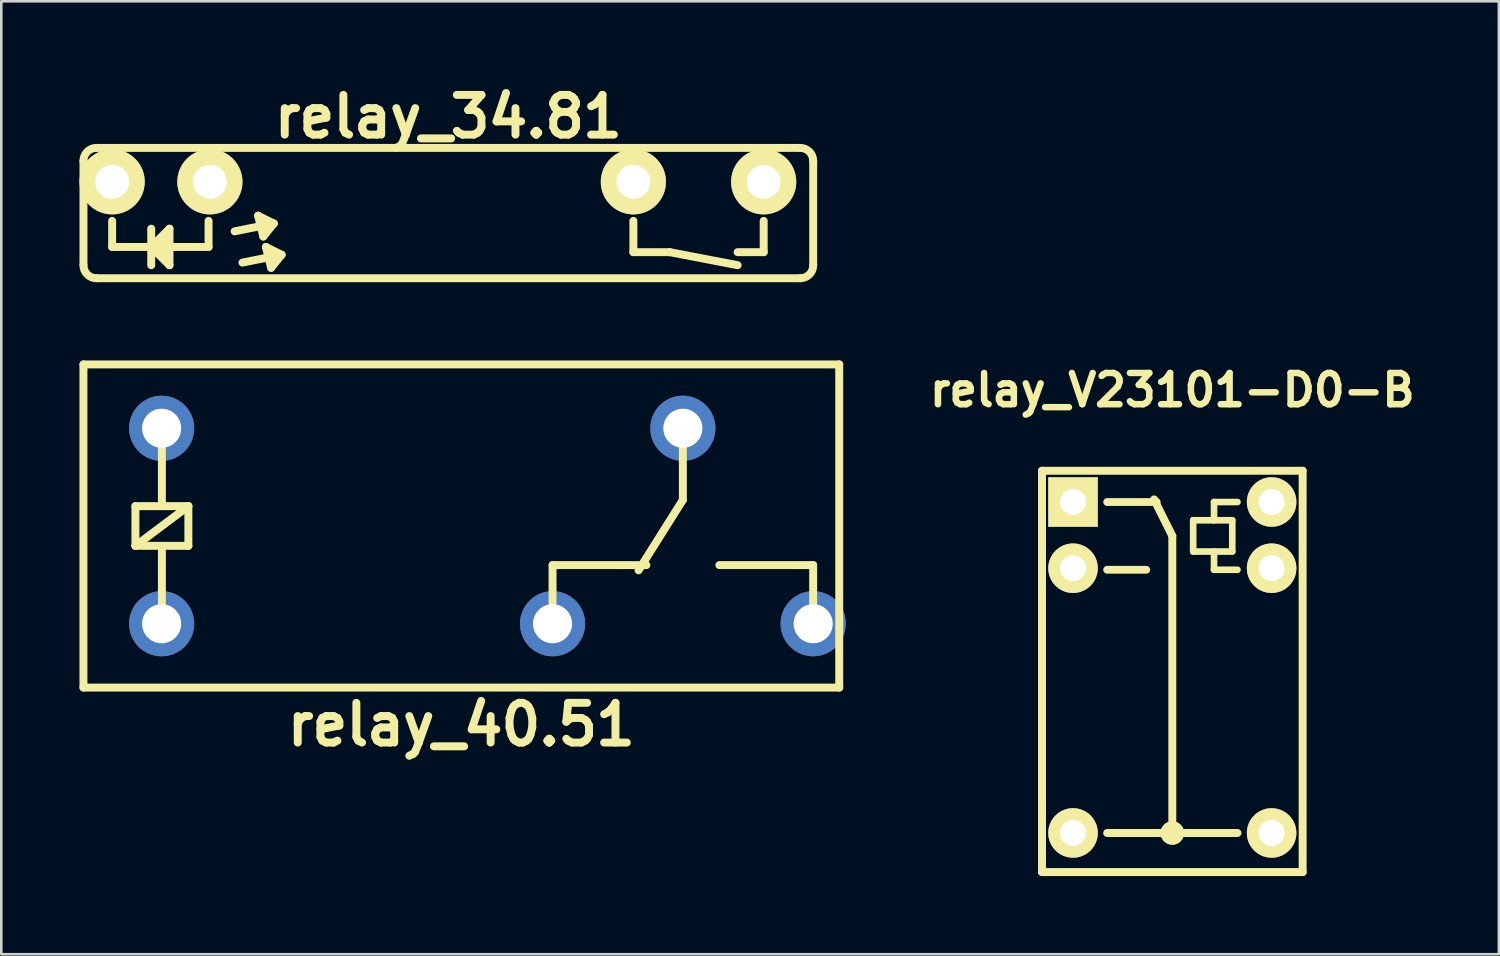
<source format=kicad_pcb>
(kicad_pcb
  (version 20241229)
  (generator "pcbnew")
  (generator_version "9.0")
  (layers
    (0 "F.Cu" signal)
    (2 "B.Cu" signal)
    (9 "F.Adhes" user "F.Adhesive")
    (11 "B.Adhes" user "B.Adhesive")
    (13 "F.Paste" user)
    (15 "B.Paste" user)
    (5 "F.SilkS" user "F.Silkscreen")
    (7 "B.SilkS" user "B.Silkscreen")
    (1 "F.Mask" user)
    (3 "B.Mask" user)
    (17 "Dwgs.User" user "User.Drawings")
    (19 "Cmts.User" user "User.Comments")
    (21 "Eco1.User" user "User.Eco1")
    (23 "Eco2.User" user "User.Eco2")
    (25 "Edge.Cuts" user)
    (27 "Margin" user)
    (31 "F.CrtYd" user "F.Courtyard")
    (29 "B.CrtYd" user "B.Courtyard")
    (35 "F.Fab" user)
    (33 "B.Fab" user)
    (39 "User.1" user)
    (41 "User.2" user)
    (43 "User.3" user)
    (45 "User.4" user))
  (footprint "relay_V23101-D0-B"
    (layer "F.Cu")
    (at 41.933 22.713)
    (property "Reference" "relay_V23101-D0-B" (at 0 -10.795 0) (layer "F.SilkS") (effects (font (size 1.199 1.199) (thickness 0.249))))
    (attr through_hole)
    (fp_line (start -5.001 -7.699) (end 5.001 -7.699) (stroke (width 0.305) (type solid)) (layer "F.SilkS"))
    (fp_line (start -5.001 7.699) (end -5.001 -7.699) (stroke (width 0.305) (type solid)) (layer "F.SilkS"))
    (fp_line (start -2.5 -3.9) (end -1 -3.9) (stroke (width 0.3) (type solid)) (layer "F.SilkS"))
    (fp_line (start -2.5 6.2) (end 2.5 6.2) (stroke (width 0.305) (type solid)) (layer "F.SilkS"))
    (fp_line (start -0.6 -6.5) (end -2.5 -6.5) (stroke (width 0.3) (type solid)) (layer "F.SilkS"))
    (fp_line (start 0 -5.2) (end -0.7 -6.6) (stroke (width 0.305) (type solid)) (layer "F.SilkS"))
    (fp_line (start 0 -5.2) (end 0 6.2) (stroke (width 0.305) (type solid)) (layer "F.SilkS"))
    (fp_line (start 0.8 -5.8) (end 0.8 -4.6) (stroke (width 0.254) (type solid)) (layer "F.SilkS"))
    (fp_line (start 0.8 -4.6) (end 2.3 -4.6) (stroke (width 0.254) (type solid)) (layer "F.SilkS"))
    (fp_line (start 1.6 -6.5) (end 1.6 -5.8) (stroke (width 0.254) (type solid)) (layer "F.SilkS"))
    (fp_line (start 1.6 -6.5) (end 2.5 -6.5) (stroke (width 0.254) (type solid)) (layer "F.SilkS"))
    (fp_line (start 1.6 -4.6) (end 1.6 -3.9) (stroke (width 0.254) (type solid)) (layer "F.SilkS"))
    (fp_line (start 1.6 -3.9) (end 2.5 -3.9) (stroke (width 0.254) (type solid)) (layer "F.SilkS"))
    (fp_line (start 2.3 -5.8) (end 0.8 -5.8) (stroke (width 0.254) (type solid)) (layer "F.SilkS"))
    (fp_line (start 2.3 -4.6) (end 2.3 -5.8) (stroke (width 0.254) (type solid)) (layer "F.SilkS"))
    (fp_line (start 5.001 -7.699) (end 5.001 7.699) (stroke (width 0.305) (type solid)) (layer "F.SilkS"))
    (fp_line (start 5.001 7.699) (end -5.001 7.699) (stroke (width 0.305) (type solid)) (layer "F.SilkS"))
    (fp_circle (center 0 6.2) (end 0.3 6.2) (stroke (width 0.305) (type solid)) (fill no) (layer "F.SilkS"))
    (fp_circle (center 0 6.2) (end -0.099 6.299) (stroke (width 0.305) (type solid)) (fill no) (layer "F.SilkS"))
    (pad "1" thru_hole rect (at -3.81 -6.5) (size 1.9 1.9) (drill 1) (layers "*.Cu" "*.Mask" "F.SilkS"))
    (pad "2" thru_hole circle (at -3.81 -3.96) (size 1.9 1.9) (drill 1) (layers "*.Cu" "*.Mask" "F.SilkS"))
    (pad "6" thru_hole circle (at -3.81 6.198) (size 1.9 1.9) (drill 1) (layers "*.Cu" "*.Mask" "F.SilkS"))
    (pad "7" thru_hole circle (at 3.81 6.198) (size 1.9 1.9) (drill 1) (layers "*.Cu" "*.Mask" "F.SilkS"))
    (pad "11" thru_hole circle (at 3.81 -3.96) (size 1.9 1.9) (drill 1) (layers "*.Cu" "*.Mask" "F.SilkS"))
    (pad "12" thru_hole circle (at 3.81 -6.5) (size 1.9 1.9) (drill 1) (layers "*.Cu" "*.Mask" "F.SilkS")))
  (footprint "relay_40.51"
    (layer "F.Cu")
    (at 14.652 17.133)
    (property "Reference" "relay_40.51" (at 0 7.62 0) (layer "F.SilkS") (effects (font (size 1.524 1.524) (thickness 0.305))))
    (attr through_hole)
    (fp_line (start -14.5 -6.2) (end -14.5 6.2) (stroke (width 0.305) (type solid)) (layer "F.SilkS"))
    (fp_line (start -14.5 -6.2) (end 14.5 -6.2) (stroke (width 0.305) (type solid)) (layer "F.SilkS"))
    (fp_line (start -14.5 6.2) (end 14.5 6.2) (stroke (width 0.305) (type solid)) (layer "F.SilkS"))
    (fp_line (start -12.506 -0.762) (end -10.474 -0.762) (stroke (width 0.305) (type solid)) (layer "F.SilkS"))
    (fp_line (start -12.506 0.762) (end -12.506 -0.762) (stroke (width 0.305) (type solid)) (layer "F.SilkS"))
    (fp_line (start -12.506 0.762) (end -10.474 -0.762) (stroke (width 0.305) (type solid)) (layer "F.SilkS"))
    (fp_line (start -11.49 -3.81) (end -11.49 -0.762) (stroke (width 0.305) (type solid)) (layer "F.SilkS"))
    (fp_line (start -11.49 3.81) (end -11.49 0.762) (stroke (width 0.305) (type solid)) (layer "F.SilkS"))
    (fp_line (start -10.474 -0.762) (end -10.474 0.762) (stroke (width 0.305) (type solid)) (layer "F.SilkS"))
    (fp_line (start -10.474 0.762) (end -12.506 0.762) (stroke (width 0.305) (type solid)) (layer "F.SilkS"))
    (fp_line (start 3.5 1.5) (end 7.1 1.5) (stroke (width 0.305) (type solid)) (layer "F.SilkS"))
    (fp_line (start 3.5 3.7) (end 3.5 1.5) (stroke (width 0.305) (type solid)) (layer "F.SilkS"))
    (fp_line (start 8.5 -1) (end 6.8 1.7) (stroke (width 0.305) (type solid)) (layer "F.SilkS"))
    (fp_line (start 8.5 -1) (end 8.5 -3.8) (stroke (width 0.305) (type solid)) (layer "F.SilkS"))
    (fp_line (start 13.5 1.5) (end 9.9 1.5) (stroke (width 0.305) (type solid)) (layer "F.SilkS"))
    (fp_line (start 13.5 3.7) (end 13.5 1.5) (stroke (width 0.305) (type solid)) (layer "F.SilkS"))
    (fp_line (start 14.5 -6.2) (end 14.5 6.2) (stroke (width 0.305) (type solid)) (layer "F.SilkS"))
    (pad "1" thru_hole circle (at -11.5 3.75) (size 2.5 2.5) (drill 1.5) (layers "*.Cu" "*.Mask"))
    (pad "2" thru_hole circle (at -11.5 -3.75) (size 2.5 2.5) (drill 1.5) (layers "*.Cu" "*.Mask"))
    (pad "11" thru_hole circle (at 8.5 -3.75) (size 2.5 2.5) (drill 1.5) (layers "*.Cu" "*.Mask"))
    (pad "12" thru_hole circle (at 3.5 3.75) (size 2.5 2.5) (drill 1.5) (layers "*.Cu" "*.Mask"))
    (pad "14" thru_hole circle (at 13.5 3.75) (size 2.5 2.5) (drill 1.5) (layers "*.Cu" "*.Mask")))
  (footprint "relay_34.81"
    (layer "F.Cu")
    (at 14.153 5.126)
    (property "Reference" "relay_34.81" (at 0 -3.7 0) (layer "F.SilkS") (effects (font (size 1.524 1.524) (thickness 0.305))))
    (attr through_hole)
    (fp_line (start -14 -2) (end -14 2) (stroke (width 0.305) (type solid)) (layer "F.SilkS"))
    (fp_line (start -13.5 -2.5) (end 13.5 -2.5) (stroke (width 0.305) (type solid)) (layer "F.SilkS"))
    (fp_line (start -13.5 2.5) (end 13.5 2.5) (stroke (width 0.305) (type solid)) (layer "F.SilkS"))
    (fp_line (start -12.9 1.3) (end -12.9 0.3) (stroke (width 0.305) (type solid)) (layer "F.SilkS"))
    (fp_line (start -11.4 0.6) (end -11.4 2) (stroke (width 0.305) (type solid)) (layer "F.SilkS"))
    (fp_line (start -11.4 1.3) (end -10.7 2) (stroke (width 0.305) (type solid)) (layer "F.SilkS"))
    (fp_line (start -11.1 1.3) (end -10.8 1.6) (stroke (width 0.305) (type solid)) (layer "F.SilkS"))
    (fp_line (start -10.8 0.9) (end -11.1 1.3) (stroke (width 0.305) (type solid)) (layer "F.SilkS"))
    (fp_line (start -10.7 0.6) (end -11.4 1.3) (stroke (width 0.305) (type solid)) (layer "F.SilkS"))
    (fp_line (start -10.7 2) (end -10.7 0.6) (stroke (width 0.305) (type solid)) (layer "F.SilkS"))
    (fp_line (start -9.2 0.3) (end -9.2 1.3) (stroke (width 0.305) (type solid)) (layer "F.SilkS"))
    (fp_line (start -9.2 1.3) (end -12.9 1.3) (stroke (width 0.305) (type solid)) (layer "F.SilkS"))
    (fp_line (start -8.2 0.7) (end -6.7 0.4) (stroke (width 0.305) (type solid)) (layer "F.SilkS"))
    (fp_line (start -7.9 1.9) (end -6.4 1.6) (stroke (width 0.305) (type solid)) (layer "F.SilkS"))
    (fp_line (start -7.3 0.1) (end -7.1 0.9) (stroke (width 0.305) (type solid)) (layer "F.SilkS"))
    (fp_line (start -7.1 0.9) (end -6.7 0.4) (stroke (width 0.305) (type solid)) (layer "F.SilkS"))
    (fp_line (start -7 1.3) (end -6.8 2.1) (stroke (width 0.305) (type solid)) (layer "F.SilkS"))
    (fp_line (start -6.8 2.1) (end -6.4 1.6) (stroke (width 0.305) (type solid)) (layer "F.SilkS"))
    (fp_line (start -6.7 0.4) (end -7.3 0.1) (stroke (width 0.305) (type solid)) (layer "F.SilkS"))
    (fp_line (start -6.4 1.6) (end -7 1.3) (stroke (width 0.305) (type solid)) (layer "F.SilkS"))
    (fp_line (start 7.1 0.3) (end 7.1 1.5) (stroke (width 0.305) (type solid)) (layer "F.SilkS"))
    (fp_line (start 7.1 1.5) (end 8.5 1.5) (stroke (width 0.305) (type solid)) (layer "F.SilkS"))
    (fp_line (start 8.5 1.5) (end 11.1 2) (stroke (width 0.305) (type solid)) (layer "F.SilkS"))
    (fp_line (start 11.1 1.5) (end 12.1 1.5) (stroke (width 0.305) (type solid)) (layer "F.SilkS"))
    (fp_line (start 12.1 0.3) (end 12.1 1.5) (stroke (width 0.305) (type solid)) (layer "F.SilkS"))
    (fp_line (start 14 -2) (end 14 2) (stroke (width 0.305) (type solid)) (layer "F.SilkS"))
    (fp_arc (start -14.0011 -2.00088) (mid -13.854542 -2.354702) (end -13.50072 -2.50126) (stroke (width 0.3048) (type solid)) (layer "F.SilkS"))
    (fp_arc (start -13.50072 2.50126) (mid -13.854542 2.354702) (end -14.0011 2.00088) (stroke (width 0.3048) (type solid)) (layer "F.SilkS"))
    (fp_arc (start 13.50072 -2.50126) (mid 13.854542 -2.354702) (end 14.0011 -2.00088) (stroke (width 0.3048) (type solid)) (layer "F.SilkS"))
    (fp_arc (start 14.0011 2.00088) (mid 13.854542 2.354702) (end 13.50072 2.50126) (stroke (width 0.3048) (type solid)) (layer "F.SilkS"))
    (pad "1" thru_hole circle (at -12.9 -1.2) (size 2.5 2.5) (drill 1.3) (layers "*.Cu" "*.Mask" "F.SilkS"))
    (pad "2" thru_hole circle (at -9.15 -1.2) (size 2.5 2.5) (drill 1.3) (layers "*.Cu" "*.Mask" "F.SilkS"))
    (pad "11" thru_hole circle (at 7.1 -1.2) (size 2.5 2.5) (drill 1.3) (layers "*.Cu" "*.Mask" "F.SilkS"))
    (pad "14" thru_hole circle (at 12.1 -1.2) (size 2.5 2.5) (drill 1.3) (layers "*.Cu" "*.Mask" "F.SilkS")))
  (gr_rect
    (start -3 -3)
    (end 54.463 33.564)
    (stroke (width 0.1) (type default))
    (fill no)
    (layer "Edge.Cuts")))
</source>
